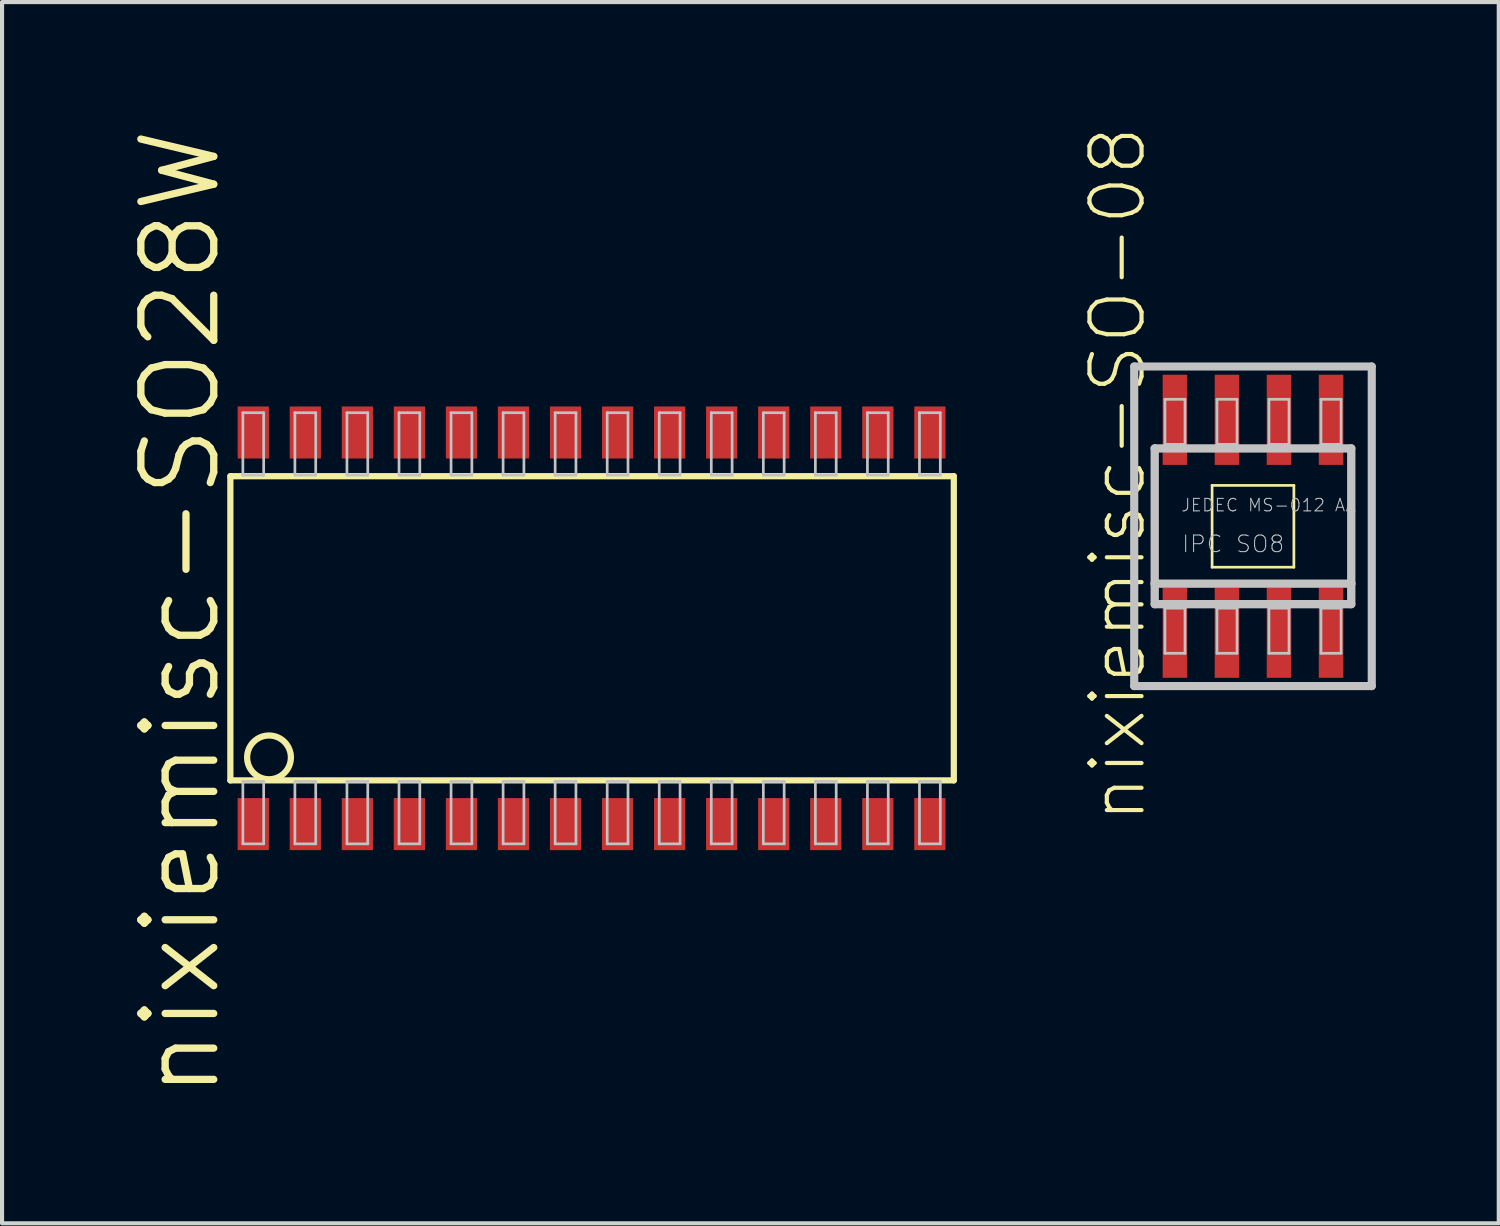
<source format=kicad_pcb>
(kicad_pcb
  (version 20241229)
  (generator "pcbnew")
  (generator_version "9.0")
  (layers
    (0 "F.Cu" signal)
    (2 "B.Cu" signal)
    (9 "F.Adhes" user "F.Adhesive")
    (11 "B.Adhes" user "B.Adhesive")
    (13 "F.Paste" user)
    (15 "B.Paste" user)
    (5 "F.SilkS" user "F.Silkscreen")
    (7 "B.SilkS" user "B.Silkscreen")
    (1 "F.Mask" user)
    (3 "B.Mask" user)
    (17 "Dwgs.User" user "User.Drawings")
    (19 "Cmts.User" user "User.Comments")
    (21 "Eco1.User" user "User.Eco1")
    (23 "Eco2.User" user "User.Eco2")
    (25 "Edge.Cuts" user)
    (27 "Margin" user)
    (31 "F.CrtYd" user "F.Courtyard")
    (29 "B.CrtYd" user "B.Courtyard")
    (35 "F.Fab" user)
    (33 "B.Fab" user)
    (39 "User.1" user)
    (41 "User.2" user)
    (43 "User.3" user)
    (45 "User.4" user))
  (footprint "nixiemisc-SO28W"
    (layer "F.Cu")
    (at 10.75 12.281)
    (property "Reference" "nixiemisc-SO28W" (at -9.398 -0.381 90) (layer "F.SilkS") (effects (font (size 1.778 1.778) (thickness 0.178))))
    (attr smd)
    (fp_line (start -8.179 -3.711) (end -8.179 3.711) (stroke (width 0.152) (type solid)) (layer "F.SilkS"))
    (fp_line (start -8.179 3.711) (end 9.474 3.711) (stroke (width 0.152) (type solid)) (layer "F.SilkS"))
    (fp_line (start 9.474 -3.711) (end -8.179 -3.711) (stroke (width 0.152) (type solid)) (layer "F.SilkS"))
    (fp_line (start 9.474 3.711) (end 9.474 -3.711) (stroke (width 0.152) (type solid)) (layer "F.SilkS"))
    (fp_circle (center -7.236 3.15) (end -7.236 2.616) (stroke (width 0.152) (type solid)) (fill no) (layer "F.SilkS"))
    (fp_line (start -7.874 -5.26) (end -7.366 -5.26) (stroke (width 0.066) (type solid)) (layer "Dwgs.User"))
    (fp_line (start -7.874 -3.736) (end -7.874 -5.26) (stroke (width 0.066) (type solid)) (layer "Dwgs.User"))
    (fp_line (start -7.874 -3.736) (end -7.366 -3.736) (stroke (width 0.066) (type solid)) (layer "Dwgs.User"))
    (fp_line (start -7.874 3.736) (end -7.366 3.736) (stroke (width 0.066) (type solid)) (layer "Dwgs.User"))
    (fp_line (start -7.874 5.26) (end -7.874 3.736) (stroke (width 0.066) (type solid)) (layer "Dwgs.User"))
    (fp_line (start -7.874 5.26) (end -7.366 5.26) (stroke (width 0.066) (type solid)) (layer "Dwgs.User"))
    (fp_line (start -7.366 -3.736) (end -7.366 -5.26) (stroke (width 0.066) (type solid)) (layer "Dwgs.User"))
    (fp_line (start -7.366 5.26) (end -7.366 3.736) (stroke (width 0.066) (type solid)) (layer "Dwgs.User"))
    (fp_line (start -6.604 -5.26) (end -6.096 -5.26) (stroke (width 0.066) (type solid)) (layer "Dwgs.User"))
    (fp_line (start -6.604 -3.736) (end -6.604 -5.26) (stroke (width 0.066) (type solid)) (layer "Dwgs.User"))
    (fp_line (start -6.604 -3.736) (end -6.096 -3.736) (stroke (width 0.066) (type solid)) (layer "Dwgs.User"))
    (fp_line (start -6.604 3.736) (end -6.096 3.736) (stroke (width 0.066) (type solid)) (layer "Dwgs.User"))
    (fp_line (start -6.604 5.26) (end -6.604 3.736) (stroke (width 0.066) (type solid)) (layer "Dwgs.User"))
    (fp_line (start -6.604 5.26) (end -6.096 5.26) (stroke (width 0.066) (type solid)) (layer "Dwgs.User"))
    (fp_line (start -6.096 -3.736) (end -6.096 -5.26) (stroke (width 0.066) (type solid)) (layer "Dwgs.User"))
    (fp_line (start -6.096 5.26) (end -6.096 3.736) (stroke (width 0.066) (type solid)) (layer "Dwgs.User"))
    (fp_line (start -5.334 -5.26) (end -4.826 -5.26) (stroke (width 0.066) (type solid)) (layer "Dwgs.User"))
    (fp_line (start -5.334 -3.736) (end -5.334 -5.26) (stroke (width 0.066) (type solid)) (layer "Dwgs.User"))
    (fp_line (start -5.334 -3.736) (end -4.826 -3.736) (stroke (width 0.066) (type solid)) (layer "Dwgs.User"))
    (fp_line (start -5.334 3.736) (end -4.826 3.736) (stroke (width 0.066) (type solid)) (layer "Dwgs.User"))
    (fp_line (start -5.334 5.26) (end -5.334 3.736) (stroke (width 0.066) (type solid)) (layer "Dwgs.User"))
    (fp_line (start -5.334 5.26) (end -4.826 5.26) (stroke (width 0.066) (type solid)) (layer "Dwgs.User"))
    (fp_line (start -4.826 -3.736) (end -4.826 -5.26) (stroke (width 0.066) (type solid)) (layer "Dwgs.User"))
    (fp_line (start -4.826 5.26) (end -4.826 3.736) (stroke (width 0.066) (type solid)) (layer "Dwgs.User"))
    (fp_line (start -4.064 -5.26) (end -3.556 -5.26) (stroke (width 0.066) (type solid)) (layer "Dwgs.User"))
    (fp_line (start -4.064 -3.736) (end -4.064 -5.26) (stroke (width 0.066) (type solid)) (layer "Dwgs.User"))
    (fp_line (start -4.064 -3.736) (end -3.556 -3.736) (stroke (width 0.066) (type solid)) (layer "Dwgs.User"))
    (fp_line (start -4.064 3.736) (end -3.556 3.736) (stroke (width 0.066) (type solid)) (layer "Dwgs.User"))
    (fp_line (start -4.064 5.26) (end -4.064 3.736) (stroke (width 0.066) (type solid)) (layer "Dwgs.User"))
    (fp_line (start -4.064 5.26) (end -3.556 5.26) (stroke (width 0.066) (type solid)) (layer "Dwgs.User"))
    (fp_line (start -3.556 -3.736) (end -3.556 -5.26) (stroke (width 0.066) (type solid)) (layer "Dwgs.User"))
    (fp_line (start -3.556 5.26) (end -3.556 3.736) (stroke (width 0.066) (type solid)) (layer "Dwgs.User"))
    (fp_line (start -2.794 -5.26) (end -2.286 -5.26) (stroke (width 0.066) (type solid)) (layer "Dwgs.User"))
    (fp_line (start -2.794 -3.736) (end -2.794 -5.26) (stroke (width 0.066) (type solid)) (layer "Dwgs.User"))
    (fp_line (start -2.794 -3.736) (end -2.286 -3.736) (stroke (width 0.066) (type solid)) (layer "Dwgs.User"))
    (fp_line (start -2.794 3.736) (end -2.286 3.736) (stroke (width 0.066) (type solid)) (layer "Dwgs.User"))
    (fp_line (start -2.794 5.26) (end -2.794 3.736) (stroke (width 0.066) (type solid)) (layer "Dwgs.User"))
    (fp_line (start -2.794 5.26) (end -2.286 5.26) (stroke (width 0.066) (type solid)) (layer "Dwgs.User"))
    (fp_line (start -2.286 -3.736) (end -2.286 -5.26) (stroke (width 0.066) (type solid)) (layer "Dwgs.User"))
    (fp_line (start -2.286 5.26) (end -2.286 3.736) (stroke (width 0.066) (type solid)) (layer "Dwgs.User"))
    (fp_line (start -1.524 -5.26) (end -1.016 -5.26) (stroke (width 0.066) (type solid)) (layer "Dwgs.User"))
    (fp_line (start -1.524 -3.736) (end -1.524 -5.26) (stroke (width 0.066) (type solid)) (layer "Dwgs.User"))
    (fp_line (start -1.524 -3.736) (end -1.016 -3.736) (stroke (width 0.066) (type solid)) (layer "Dwgs.User"))
    (fp_line (start -1.524 3.736) (end -1.016 3.736) (stroke (width 0.066) (type solid)) (layer "Dwgs.User"))
    (fp_line (start -1.524 5.26) (end -1.524 3.736) (stroke (width 0.066) (type solid)) (layer "Dwgs.User"))
    (fp_line (start -1.524 5.26) (end -1.016 5.26) (stroke (width 0.066) (type solid)) (layer "Dwgs.User"))
    (fp_line (start -1.016 -3.736) (end -1.016 -5.26) (stroke (width 0.066) (type solid)) (layer "Dwgs.User"))
    (fp_line (start -1.016 5.26) (end -1.016 3.736) (stroke (width 0.066) (type solid)) (layer "Dwgs.User"))
    (fp_line (start -0.254 -5.26) (end 0.254 -5.26) (stroke (width 0.066) (type solid)) (layer "Dwgs.User"))
    (fp_line (start -0.254 -3.736) (end -0.254 -5.26) (stroke (width 0.066) (type solid)) (layer "Dwgs.User"))
    (fp_line (start -0.254 -3.736) (end 0.254 -3.736) (stroke (width 0.066) (type solid)) (layer "Dwgs.User"))
    (fp_line (start -0.254 3.736) (end 0.254 3.736) (stroke (width 0.066) (type solid)) (layer "Dwgs.User"))
    (fp_line (start -0.254 5.26) (end -0.254 3.736) (stroke (width 0.066) (type solid)) (layer "Dwgs.User"))
    (fp_line (start -0.254 5.26) (end 0.254 5.26) (stroke (width 0.066) (type solid)) (layer "Dwgs.User"))
    (fp_line (start 0.254 -3.736) (end 0.254 -5.26) (stroke (width 0.066) (type solid)) (layer "Dwgs.User"))
    (fp_line (start 0.254 5.26) (end 0.254 3.736) (stroke (width 0.066) (type solid)) (layer "Dwgs.User"))
    (fp_line (start 1.016 -5.26) (end 1.524 -5.26) (stroke (width 0.066) (type solid)) (layer "Dwgs.User"))
    (fp_line (start 1.016 -3.736) (end 1.016 -5.26) (stroke (width 0.066) (type solid)) (layer "Dwgs.User"))
    (fp_line (start 1.016 -3.736) (end 1.524 -3.736) (stroke (width 0.066) (type solid)) (layer "Dwgs.User"))
    (fp_line (start 1.016 3.736) (end 1.524 3.736) (stroke (width 0.066) (type solid)) (layer "Dwgs.User"))
    (fp_line (start 1.016 5.26) (end 1.016 3.736) (stroke (width 0.066) (type solid)) (layer "Dwgs.User"))
    (fp_line (start 1.016 5.26) (end 1.524 5.26) (stroke (width 0.066) (type solid)) (layer "Dwgs.User"))
    (fp_line (start 1.524 -3.736) (end 1.524 -5.26) (stroke (width 0.066) (type solid)) (layer "Dwgs.User"))
    (fp_line (start 1.524 5.26) (end 1.524 3.736) (stroke (width 0.066) (type solid)) (layer "Dwgs.User"))
    (fp_line (start 2.286 -5.26) (end 2.794 -5.26) (stroke (width 0.066) (type solid)) (layer "Dwgs.User"))
    (fp_line (start 2.286 -3.736) (end 2.286 -5.26) (stroke (width 0.066) (type solid)) (layer "Dwgs.User"))
    (fp_line (start 2.286 -3.736) (end 2.794 -3.736) (stroke (width 0.066) (type solid)) (layer "Dwgs.User"))
    (fp_line (start 2.286 3.736) (end 2.794 3.736) (stroke (width 0.066) (type solid)) (layer "Dwgs.User"))
    (fp_line (start 2.286 5.26) (end 2.286 3.736) (stroke (width 0.066) (type solid)) (layer "Dwgs.User"))
    (fp_line (start 2.286 5.26) (end 2.794 5.26) (stroke (width 0.066) (type solid)) (layer "Dwgs.User"))
    (fp_line (start 2.794 -3.736) (end 2.794 -5.26) (stroke (width 0.066) (type solid)) (layer "Dwgs.User"))
    (fp_line (start 2.794 5.26) (end 2.794 3.736) (stroke (width 0.066) (type solid)) (layer "Dwgs.User"))
    (fp_line (start 3.556 -5.26) (end 4.064 -5.26) (stroke (width 0.066) (type solid)) (layer "Dwgs.User"))
    (fp_line (start 3.556 -3.736) (end 3.556 -5.26) (stroke (width 0.066) (type solid)) (layer "Dwgs.User"))
    (fp_line (start 3.556 -3.736) (end 4.064 -3.736) (stroke (width 0.066) (type solid)) (layer "Dwgs.User"))
    (fp_line (start 3.556 3.736) (end 4.064 3.736) (stroke (width 0.066) (type solid)) (layer "Dwgs.User"))
    (fp_line (start 3.556 5.26) (end 3.556 3.736) (stroke (width 0.066) (type solid)) (layer "Dwgs.User"))
    (fp_line (start 3.556 5.26) (end 4.064 5.26) (stroke (width 0.066) (type solid)) (layer "Dwgs.User"))
    (fp_line (start 4.064 -3.736) (end 4.064 -5.26) (stroke (width 0.066) (type solid)) (layer "Dwgs.User"))
    (fp_line (start 4.064 5.26) (end 4.064 3.736) (stroke (width 0.066) (type solid)) (layer "Dwgs.User"))
    (fp_line (start 4.826 -5.26) (end 5.334 -5.26) (stroke (width 0.066) (type solid)) (layer "Dwgs.User"))
    (fp_line (start 4.826 -3.736) (end 4.826 -5.26) (stroke (width 0.066) (type solid)) (layer "Dwgs.User"))
    (fp_line (start 4.826 -3.736) (end 5.334 -3.736) (stroke (width 0.066) (type solid)) (layer "Dwgs.User"))
    (fp_line (start 4.826 3.736) (end 5.334 3.736) (stroke (width 0.066) (type solid)) (layer "Dwgs.User"))
    (fp_line (start 4.826 5.26) (end 4.826 3.736) (stroke (width 0.066) (type solid)) (layer "Dwgs.User"))
    (fp_line (start 4.826 5.26) (end 5.334 5.26) (stroke (width 0.066) (type solid)) (layer "Dwgs.User"))
    (fp_line (start 5.334 -3.736) (end 5.334 -5.26) (stroke (width 0.066) (type solid)) (layer "Dwgs.User"))
    (fp_line (start 5.334 5.26) (end 5.334 3.736) (stroke (width 0.066) (type solid)) (layer "Dwgs.User"))
    (fp_line (start 6.096 -5.26) (end 6.604 -5.26) (stroke (width 0.066) (type solid)) (layer "Dwgs.User"))
    (fp_line (start 6.096 -3.736) (end 6.096 -5.26) (stroke (width 0.066) (type solid)) (layer "Dwgs.User"))
    (fp_line (start 6.096 -3.736) (end 6.604 -3.736) (stroke (width 0.066) (type solid)) (layer "Dwgs.User"))
    (fp_line (start 6.096 3.736) (end 6.604 3.736) (stroke (width 0.066) (type solid)) (layer "Dwgs.User"))
    (fp_line (start 6.096 5.26) (end 6.096 3.736) (stroke (width 0.066) (type solid)) (layer "Dwgs.User"))
    (fp_line (start 6.096 5.26) (end 6.604 5.26) (stroke (width 0.066) (type solid)) (layer "Dwgs.User"))
    (fp_line (start 6.604 -3.736) (end 6.604 -5.26) (stroke (width 0.066) (type solid)) (layer "Dwgs.User"))
    (fp_line (start 6.604 5.26) (end 6.604 3.736) (stroke (width 0.066) (type solid)) (layer "Dwgs.User"))
    (fp_line (start 7.366 -5.26) (end 7.874 -5.26) (stroke (width 0.066) (type solid)) (layer "Dwgs.User"))
    (fp_line (start 7.366 -3.736) (end 7.366 -5.26) (stroke (width 0.066) (type solid)) (layer "Dwgs.User"))
    (fp_line (start 7.366 -3.736) (end 7.874 -3.736) (stroke (width 0.066) (type solid)) (layer "Dwgs.User"))
    (fp_line (start 7.366 3.736) (end 7.874 3.736) (stroke (width 0.066) (type solid)) (layer "Dwgs.User"))
    (fp_line (start 7.366 5.26) (end 7.366 3.736) (stroke (width 0.066) (type solid)) (layer "Dwgs.User"))
    (fp_line (start 7.366 5.26) (end 7.874 5.26) (stroke (width 0.066) (type solid)) (layer "Dwgs.User"))
    (fp_line (start 7.874 -3.736) (end 7.874 -5.26) (stroke (width 0.066) (type solid)) (layer "Dwgs.User"))
    (fp_line (start 7.874 5.26) (end 7.874 3.736) (stroke (width 0.066) (type solid)) (layer "Dwgs.User"))
    (fp_line (start 8.636 -5.26) (end 9.144 -5.26) (stroke (width 0.066) (type solid)) (layer "Dwgs.User"))
    (fp_line (start 8.636 -3.736) (end 8.636 -5.26) (stroke (width 0.066) (type solid)) (layer "Dwgs.User"))
    (fp_line (start 8.636 -3.736) (end 9.144 -3.736) (stroke (width 0.066) (type solid)) (layer "Dwgs.User"))
    (fp_line (start 8.636 3.736) (end 9.144 3.736) (stroke (width 0.066) (type solid)) (layer "Dwgs.User"))
    (fp_line (start 8.636 5.26) (end 8.636 3.736) (stroke (width 0.066) (type solid)) (layer "Dwgs.User"))
    (fp_line (start 8.636 5.26) (end 9.144 5.26) (stroke (width 0.066) (type solid)) (layer "Dwgs.User"))
    (fp_line (start 9.144 -3.736) (end 9.144 -5.26) (stroke (width 0.066) (type solid)) (layer "Dwgs.User"))
    (fp_line (start 9.144 5.26) (end 9.144 3.736) (stroke (width 0.066) (type solid)) (layer "Dwgs.User"))
    (pad "1" smd rect (at -7.62 4.778) (size 0.762 1.27) (layers "F.Cu" "F.Mask" "F.Paste"))
    (pad "2" smd rect (at -6.35 4.778) (size 0.762 1.27) (layers "F.Cu" "F.Mask" "F.Paste"))
    (pad "3" smd rect (at -5.08 4.778) (size 0.762 1.27) (layers "F.Cu" "F.Mask" "F.Paste"))
    (pad "4" smd rect (at -3.81 4.778) (size 0.762 1.27) (layers "F.Cu" "F.Mask" "F.Paste"))
    (pad "5" smd rect (at -2.54 4.778) (size 0.762 1.27) (layers "F.Cu" "F.Mask" "F.Paste"))
    (pad "6" smd rect (at -1.27 4.778) (size 0.762 1.27) (layers "F.Cu" "F.Mask" "F.Paste"))
    (pad "7" smd rect (at 0 4.778) (size 0.762 1.27) (layers "F.Cu" "F.Mask" "F.Paste"))
    (pad "8" smd rect (at 1.27 4.778) (size 0.762 1.27) (layers "F.Cu" "F.Mask" "F.Paste"))
    (pad "9" smd rect (at 2.54 4.778) (size 0.762 1.27) (layers "F.Cu" "F.Mask" "F.Paste"))
    (pad "10" smd rect (at 3.81 4.778) (size 0.762 1.27) (layers "F.Cu" "F.Mask" "F.Paste"))
    (pad "11" smd rect (at 5.08 4.778) (size 0.762 1.27) (layers "F.Cu" "F.Mask" "F.Paste"))
    (pad "12" smd rect (at 6.35 4.778) (size 0.762 1.27) (layers "F.Cu" "F.Mask" "F.Paste"))
    (pad "13" smd rect (at 7.62 4.778) (size 0.762 1.27) (layers "F.Cu" "F.Mask" "F.Paste"))
    (pad "14" smd rect (at 8.89 4.778) (size 0.762 1.27) (layers "F.Cu" "F.Mask" "F.Paste"))
    (pad "15" smd rect (at 8.89 -4.778) (size 0.762 1.27) (layers "F.Cu" "F.Mask" "F.Paste"))
    (pad "16" smd rect (at 7.62 -4.778) (size 0.762 1.27) (layers "F.Cu" "F.Mask" "F.Paste"))
    (pad "17" smd rect (at 6.35 -4.778) (size 0.762 1.27) (layers "F.Cu" "F.Mask" "F.Paste"))
    (pad "18" smd rect (at 5.08 -4.778) (size 0.762 1.27) (layers "F.Cu" "F.Mask" "F.Paste"))
    (pad "19" smd rect (at 3.81 -4.778) (size 0.762 1.27) (layers "F.Cu" "F.Mask" "F.Paste"))
    (pad "20" smd rect (at 2.54 -4.778) (size 0.762 1.27) (layers "F.Cu" "F.Mask" "F.Paste"))
    (pad "21" smd rect (at 1.27 -4.778) (size 0.762 1.27) (layers "F.Cu" "F.Mask" "F.Paste"))
    (pad "22" smd rect (at 0 -4.778) (size 0.762 1.27) (layers "F.Cu" "F.Mask" "F.Paste"))
    (pad "23" smd rect (at -1.27 -4.778) (size 0.762 1.27) (layers "F.Cu" "F.Mask" "F.Paste"))
    (pad "24" smd rect (at -2.54 -4.778) (size 0.762 1.27) (layers "F.Cu" "F.Mask" "F.Paste"))
    (pad "25" smd rect (at -3.81 -4.778) (size 0.762 1.27) (layers "F.Cu" "F.Mask" "F.Paste"))
    (pad "26" smd rect (at -5.08 -4.778) (size 0.762 1.27) (layers "F.Cu" "F.Mask" "F.Paste"))
    (pad "27" smd rect (at -6.35 -4.778) (size 0.762 1.27) (layers "F.Cu" "F.Mask" "F.Paste"))
    (pad "28" smd rect (at -7.62 -4.778) (size 0.762 1.27) (layers "F.Cu" "F.Mask" "F.Paste")))
  (footprint "nixiemisc-SO-08"
    (layer "F.Cu")
    (at 27.524 9.792)
    (property "Reference" "nixiemisc-SO-08" (at -3.302 -1.27 90) (layer "F.SilkS") (effects (font (size 1.27 1.27) (thickness 0.102))))
    (attr smd)
    (fp_line (start -0.998 -0.998) (end 0.998 -0.998) (stroke (width 0.066) (type solid)) (layer "F.SilkS"))
    (fp_line (start -0.998 0.998) (end -0.998 -0.998) (stroke (width 0.066) (type solid)) (layer "F.SilkS"))
    (fp_line (start -0.998 0.998) (end 0.998 0.998) (stroke (width 0.066) (type solid)) (layer "F.SilkS"))
    (fp_line (start 0.998 0.998) (end 0.998 -0.998) (stroke (width 0.066) (type solid)) (layer "F.SilkS"))
    (fp_line (start -2.898 -3.899) (end 2.898 -3.899) (stroke (width 0.198) (type solid)) (layer "Dwgs.User"))
    (fp_line (start -2.898 3.899) (end -2.898 -3.899) (stroke (width 0.198) (type solid)) (layer "Dwgs.User"))
    (fp_line (start -2.398 -1.9) (end 2.398 -1.9) (stroke (width 0.203) (type solid)) (layer "Dwgs.User"))
    (fp_line (start -2.398 1.4) (end -2.398 -1.9) (stroke (width 0.203) (type solid)) (layer "Dwgs.User"))
    (fp_line (start -2.398 1.9) (end -2.398 1.4) (stroke (width 0.203) (type solid)) (layer "Dwgs.User"))
    (fp_line (start -2.149 -3.099) (end -1.659 -3.099) (stroke (width 0.066) (type solid)) (layer "Dwgs.User"))
    (fp_line (start -2.149 -1.999) (end -2.149 -3.099) (stroke (width 0.066) (type solid)) (layer "Dwgs.User"))
    (fp_line (start -2.149 -1.999) (end -1.659 -1.999) (stroke (width 0.066) (type solid)) (layer "Dwgs.User"))
    (fp_line (start -2.149 1.999) (end -1.659 1.999) (stroke (width 0.066) (type solid)) (layer "Dwgs.User"))
    (fp_line (start -2.149 3.099) (end -2.149 1.999) (stroke (width 0.066) (type solid)) (layer "Dwgs.User"))
    (fp_line (start -2.149 3.099) (end -1.659 3.099) (stroke (width 0.066) (type solid)) (layer "Dwgs.User"))
    (fp_line (start -1.659 -1.999) (end -1.659 -3.099) (stroke (width 0.066) (type solid)) (layer "Dwgs.User"))
    (fp_line (start -1.659 3.099) (end -1.659 1.999) (stroke (width 0.066) (type solid)) (layer "Dwgs.User"))
    (fp_line (start -0.879 -3.099) (end -0.389 -3.099) (stroke (width 0.066) (type solid)) (layer "Dwgs.User"))
    (fp_line (start -0.879 -1.999) (end -0.879 -3.099) (stroke (width 0.066) (type solid)) (layer "Dwgs.User"))
    (fp_line (start -0.879 -1.999) (end -0.389 -1.999) (stroke (width 0.066) (type solid)) (layer "Dwgs.User"))
    (fp_line (start -0.879 1.999) (end -0.389 1.999) (stroke (width 0.066) (type solid)) (layer "Dwgs.User"))
    (fp_line (start -0.879 3.099) (end -0.879 1.999) (stroke (width 0.066) (type solid)) (layer "Dwgs.User"))
    (fp_line (start -0.879 3.099) (end -0.389 3.099) (stroke (width 0.066) (type solid)) (layer "Dwgs.User"))
    (fp_line (start -0.389 -1.999) (end -0.389 -3.099) (stroke (width 0.066) (type solid)) (layer "Dwgs.User"))
    (fp_line (start -0.389 3.099) (end -0.389 1.999) (stroke (width 0.066) (type solid)) (layer "Dwgs.User"))
    (fp_line (start 0.389 -3.099) (end 0.879 -3.099) (stroke (width 0.066) (type solid)) (layer "Dwgs.User"))
    (fp_line (start 0.389 -1.999) (end 0.389 -3.099) (stroke (width 0.066) (type solid)) (layer "Dwgs.User"))
    (fp_line (start 0.389 -1.999) (end 0.879 -1.999) (stroke (width 0.066) (type solid)) (layer "Dwgs.User"))
    (fp_line (start 0.389 1.999) (end 0.879 1.999) (stroke (width 0.066) (type solid)) (layer "Dwgs.User"))
    (fp_line (start 0.389 3.099) (end 0.389 1.999) (stroke (width 0.066) (type solid)) (layer "Dwgs.User"))
    (fp_line (start 0.389 3.099) (end 0.879 3.099) (stroke (width 0.066) (type solid)) (layer "Dwgs.User"))
    (fp_line (start 0.879 -1.999) (end 0.879 -3.099) (stroke (width 0.066) (type solid)) (layer "Dwgs.User"))
    (fp_line (start 0.879 3.099) (end 0.879 1.999) (stroke (width 0.066) (type solid)) (layer "Dwgs.User"))
    (fp_line (start 1.659 -3.099) (end 2.149 -3.099) (stroke (width 0.066) (type solid)) (layer "Dwgs.User"))
    (fp_line (start 1.659 -1.999) (end 1.659 -3.099) (stroke (width 0.066) (type solid)) (layer "Dwgs.User"))
    (fp_line (start 1.659 -1.999) (end 2.149 -1.999) (stroke (width 0.066) (type solid)) (layer "Dwgs.User"))
    (fp_line (start 1.659 1.999) (end 2.149 1.999) (stroke (width 0.066) (type solid)) (layer "Dwgs.User"))
    (fp_line (start 1.659 3.099) (end 1.659 1.999) (stroke (width 0.066) (type solid)) (layer "Dwgs.User"))
    (fp_line (start 1.659 3.099) (end 2.149 3.099) (stroke (width 0.066) (type solid)) (layer "Dwgs.User"))
    (fp_line (start 2.149 -1.999) (end 2.149 -3.099) (stroke (width 0.066) (type solid)) (layer "Dwgs.User"))
    (fp_line (start 2.149 3.099) (end 2.149 1.999) (stroke (width 0.066) (type solid)) (layer "Dwgs.User"))
    (fp_line (start 2.398 -1.9) (end 2.398 1.4) (stroke (width 0.203) (type solid)) (layer "Dwgs.User"))
    (fp_line (start 2.398 1.4) (end -2.398 1.4) (stroke (width 0.203) (type solid)) (layer "Dwgs.User"))
    (fp_line (start 2.398 1.4) (end 2.398 1.9) (stroke (width 0.203) (type solid)) (layer "Dwgs.User"))
    (fp_line (start 2.398 1.9) (end -2.398 1.9) (stroke (width 0.203) (type solid)) (layer "Dwgs.User"))
    (fp_line (start 2.898 -3.899) (end 2.898 3.899) (stroke (width 0.198) (type solid)) (layer "Dwgs.User"))
    (fp_line (start 2.898 3.899) (end -2.898 3.899) (stroke (width 0.198) (type solid)) (layer "Dwgs.User"))
    (fp_text user "IPC SO8" (at -0.483 0.432 0) (layer "Dwgs.User") (effects (font (size 0.406 0.406) (thickness 0.025))))
    (fp_text user "JEDEC MS-012 AA" (at 0.381 -0.516 0) (layer "Dwgs.User") (effects (font (size 0.305 0.305) (thickness 0.025))))
    (pad "1" smd rect (at -1.905 2.598) (size 0.599 2.2) (layers "F.Cu" "F.Mask" "F.Paste"))
    (pad "2" smd rect (at -0.635 2.598) (size 0.599 2.2) (layers "F.Cu" "F.Mask" "F.Paste"))
    (pad "3" smd rect (at 0.635 2.598) (size 0.599 2.2) (layers "F.Cu" "F.Mask" "F.Paste"))
    (pad "4" smd rect (at 1.905 2.598) (size 0.599 2.2) (layers "F.Cu" "F.Mask" "F.Paste"))
    (pad "5" smd rect (at 1.905 -2.598) (size 0.599 2.2) (layers "F.Cu" "F.Mask" "F.Paste"))
    (pad "6" smd rect (at 0.635 -2.598) (size 0.599 2.2) (layers "F.Cu" "F.Mask" "F.Paste"))
    (pad "7" smd rect (at -0.635 -2.598) (size 0.599 2.2) (layers "F.Cu" "F.Mask" "F.Paste"))
    (pad "8" smd rect (at -1.905 -2.598) (size 0.599 2.2) (layers "F.Cu" "F.Mask" "F.Paste")))
  (gr_rect
    (start -3 -3)
    (end 33.521 26.8)
    (stroke (width 0.1) (type default))
    (fill no)
    (layer "Edge.Cuts")))
</source>
